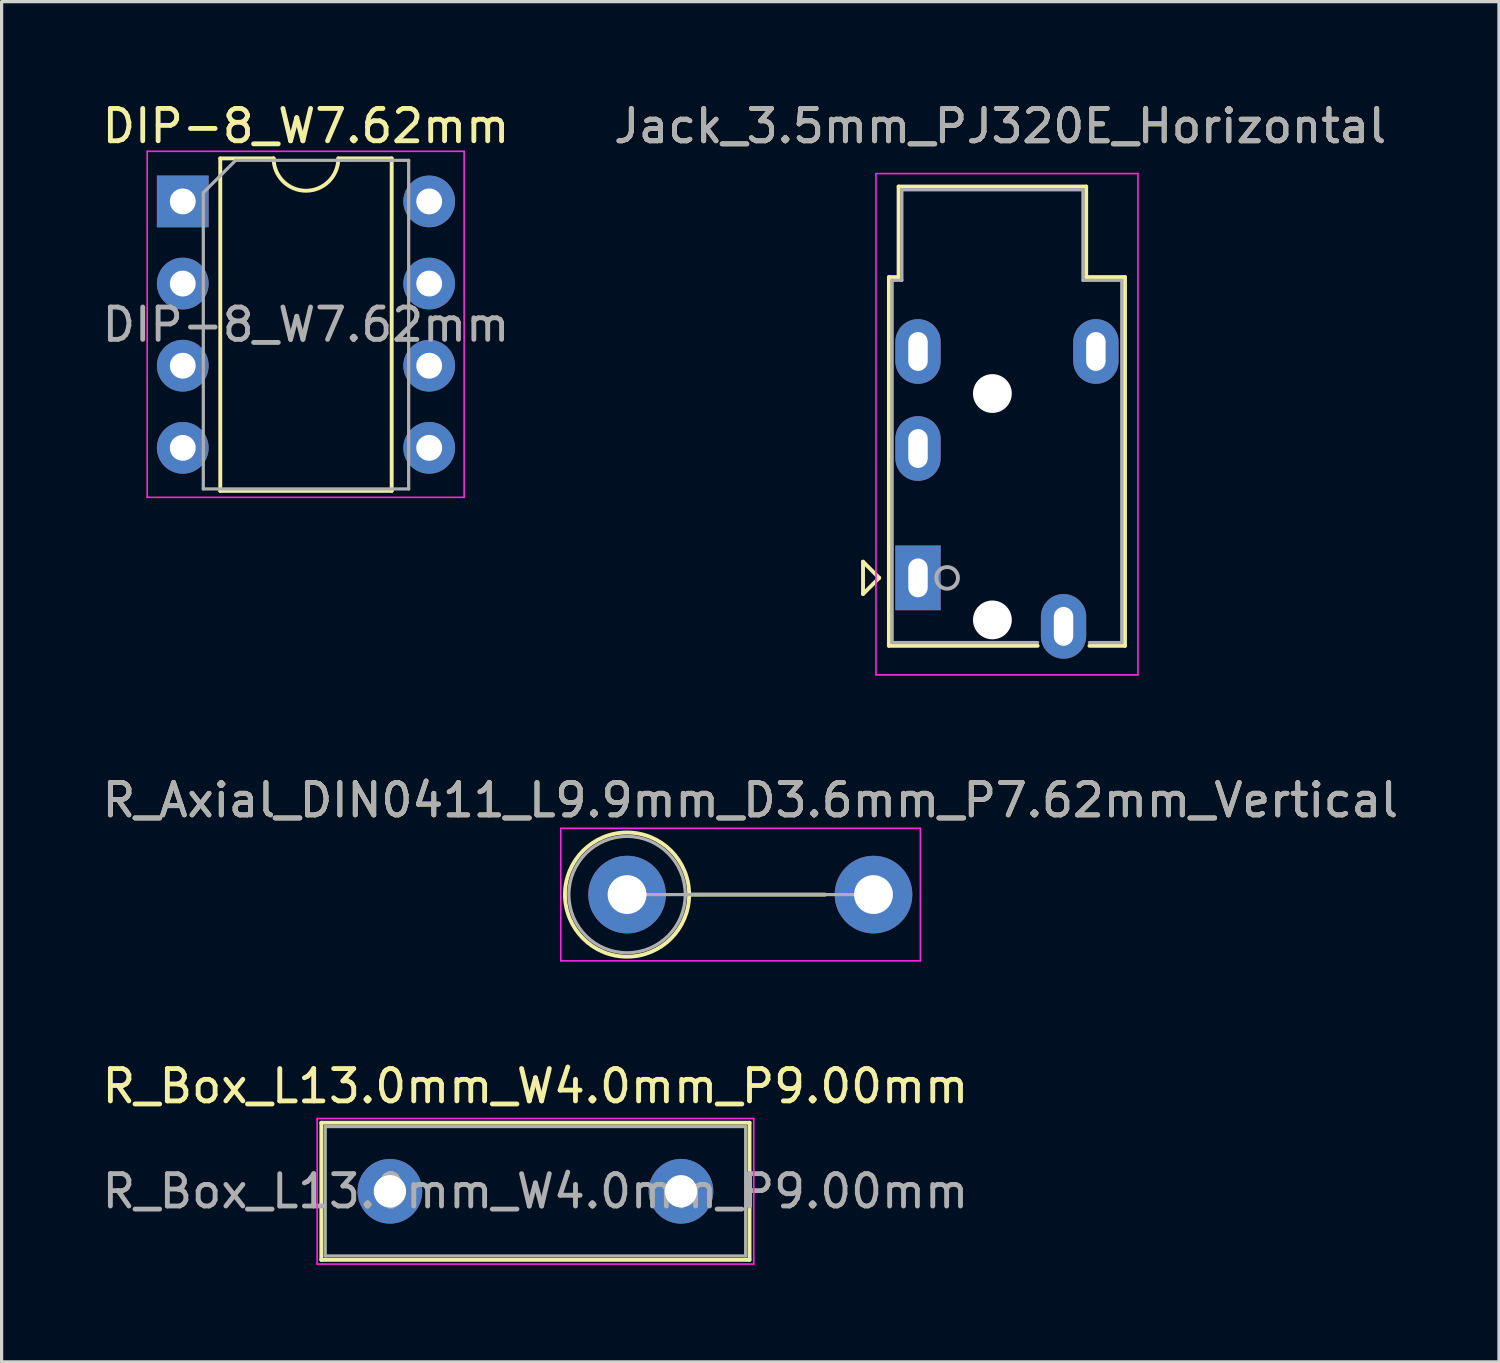
<source format=kicad_pcb>
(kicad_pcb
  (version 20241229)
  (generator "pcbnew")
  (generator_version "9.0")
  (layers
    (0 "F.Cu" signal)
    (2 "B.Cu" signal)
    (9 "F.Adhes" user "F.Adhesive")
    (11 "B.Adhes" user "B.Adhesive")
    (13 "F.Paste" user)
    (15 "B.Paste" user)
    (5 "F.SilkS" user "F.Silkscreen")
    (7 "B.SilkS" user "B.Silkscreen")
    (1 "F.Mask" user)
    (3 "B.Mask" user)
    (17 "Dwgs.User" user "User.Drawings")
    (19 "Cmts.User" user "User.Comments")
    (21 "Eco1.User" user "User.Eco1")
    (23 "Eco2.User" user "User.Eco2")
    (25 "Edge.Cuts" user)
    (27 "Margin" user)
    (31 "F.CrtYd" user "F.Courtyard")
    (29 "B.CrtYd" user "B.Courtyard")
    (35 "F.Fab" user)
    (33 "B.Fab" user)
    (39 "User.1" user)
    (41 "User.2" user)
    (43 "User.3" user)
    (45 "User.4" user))
  (footprint "R_Box_L13.0mm_W4.0mm_P9.00mm"
    (layer "F.Cu")
    (at 9.006 33.785)
    (property "Reference" "R_Box_L13.0mm_W4.0mm_P9.00mm" (at 4.5 -3.25 0) (layer "F.SilkS") (effects (font (size 1 1) (thickness 0.15))))
    (attr through_hole)
    (fp_line (start -2.12 -2.12) (end -2.12 2.12) (stroke (width 0.12) (type solid)) (layer "F.SilkS"))
    (fp_line (start -2.12 -2.12) (end 11.12 -2.12) (stroke (width 0.12) (type solid)) (layer "F.SilkS"))
    (fp_line (start -2.12 2.12) (end 11.12 2.12) (stroke (width 0.12) (type solid)) (layer "F.SilkS"))
    (fp_line (start 11.12 -2.12) (end 11.12 2.12) (stroke (width 0.12) (type solid)) (layer "F.SilkS"))
    (fp_line (start -2.25 -2.25) (end -2.25 2.25) (stroke (width 0.05) (type solid)) (layer "F.CrtYd"))
    (fp_line (start -2.25 2.25) (end 11.25 2.25) (stroke (width 0.05) (type solid)) (layer "F.CrtYd"))
    (fp_line (start 11.25 -2.25) (end -2.25 -2.25) (stroke (width 0.05) (type solid)) (layer "F.CrtYd"))
    (fp_line (start 11.25 2.25) (end 11.25 -2.25) (stroke (width 0.05) (type solid)) (layer "F.CrtYd"))
    (fp_line (start -2 -2) (end -2 2) (stroke (width 0.1) (type solid)) (layer "F.Fab"))
    (fp_line (start -2 2) (end 11 2) (stroke (width 0.1) (type solid)) (layer "F.Fab"))
    (fp_line (start 11 -2) (end -2 -2) (stroke (width 0.1) (type solid)) (layer "F.Fab"))
    (fp_line (start 11 2) (end 11 -2) (stroke (width 0.1) (type solid)) (layer "F.Fab"))
    (fp_text user "${REFERENCE}" (at 4.5 0 0) (layer "F.Fab") (effects (font (size 1 1) (thickness 0.15))))
    (pad "1" thru_hole circle (at 0 0) (size 2 2) (drill 1) (layers "*.Cu" "*.Mask"))
    (pad "2" thru_hole circle (at 9 0) (size 2 2) (drill 1) (layers "*.Cu" "*.Mask")))
  (footprint "Jack_3.5mm_PJ320E_Horizontal"
    (layer "F.Cu")
    (at 25.335 14.818)
    (property "Reference" "Jack_3.5mm_PJ320E_Horizontal" (at 2.54 -13.97 0) (layer "F.SilkS") (effects (font (size 1 1) (thickness 0.15))))
    (attr through_hole)
    (fp_line (start -1.7 -0.5) (end -1.7 0.5) (stroke (width 0.12) (type solid)) (layer "F.SilkS"))
    (fp_line (start -1.7 0.5) (end -1.2 0) (stroke (width 0.12) (type solid)) (layer "F.SilkS"))
    (fp_line (start -1.2 0) (end -1.7 -0.5) (stroke (width 0.12) (type solid)) (layer "F.SilkS"))
    (fp_line (start -0.9 -9.3) (end -0.9 2.1) (stroke (width 0.12) (type solid)) (layer "F.SilkS"))
    (fp_line (start -0.9 -9.3) (end -0.6 -9.3) (stroke (width 0.12) (type solid)) (layer "F.SilkS"))
    (fp_line (start -0.9 2.1) (end 3.7 2.1) (stroke (width 0.12) (type solid)) (layer "F.SilkS"))
    (fp_line (start -0.6 -9.3) (end -0.6 -12.1) (stroke (width 0.12) (type solid)) (layer "F.SilkS"))
    (fp_line (start 5.2 -12.1) (end -0.6 -12.1) (stroke (width 0.12) (type solid)) (layer "F.SilkS"))
    (fp_line (start 5.2 -9.3) (end 5.2 -12.1) (stroke (width 0.12) (type solid)) (layer "F.SilkS"))
    (fp_line (start 5.2 -9.3) (end 6.4 -9.3) (stroke (width 0.12) (type solid)) (layer "F.SilkS"))
    (fp_line (start 6.4 -9.3) (end 6.4 2.1) (stroke (width 0.12) (type solid)) (layer "F.SilkS"))
    (fp_line (start 6.4 2.1) (end 5.3 2.1) (stroke (width 0.12) (type solid)) (layer "F.SilkS"))
    (fp_line (start -1.3 -12.5) (end -1.3 3) (stroke (width 0.05) (type solid)) (layer "F.CrtYd"))
    (fp_line (start -1.3 -12.5) (end 6.8 -12.5) (stroke (width 0.05) (type solid)) (layer "F.CrtYd"))
    (fp_line (start -1.3 3) (end 6.8 3) (stroke (width 0.05) (type solid)) (layer "F.CrtYd"))
    (fp_line (start 6.8 -12.5) (end 6.8 3) (stroke (width 0.05) (type solid)) (layer "F.CrtYd"))
    (fp_line (start -0.8 -9.2) (end -0.5 -9.2) (stroke (width 0.1) (type solid)) (layer "F.Fab"))
    (fp_line (start -0.8 2) (end -0.8 -9.2) (stroke (width 0.1) (type solid)) (layer "F.Fab"))
    (fp_line (start -0.5 -12) (end 5.1 -12) (stroke (width 0.1) (type solid)) (layer "F.Fab"))
    (fp_line (start -0.5 -9.2) (end -0.5 -12) (stroke (width 0.1) (type solid)) (layer "F.Fab"))
    (fp_line (start 3.7 2) (end -0.8 2) (stroke (width 0.1) (type solid)) (layer "F.Fab"))
    (fp_line (start 5.1 -12) (end 5.1 -9.2) (stroke (width 0.1) (type solid)) (layer "F.Fab"))
    (fp_line (start 5.1 -9.2) (end 6.3 -9.2) (stroke (width 0.1) (type solid)) (layer "F.Fab"))
    (fp_line (start 6.3 -9.2) (end 6.3 2) (stroke (width 0.1) (type solid)) (layer "F.Fab"))
    (fp_line (start 6.3 2) (end 5.3 2) (stroke (width 0.1) (type solid)) (layer "F.Fab"))
    (fp_circle (center 0.9 0) (end 1.2 0.15) (stroke (width 0.12) (type solid)) (fill no) (layer "F.Fab"))
    (fp_text user "${REFERENCE}" (at 2.54 -13.97 0) (layer "F.Fab") (effects (font (size 1 1) (thickness 0.15))))
    (pad "" np_thru_hole circle (at 2.3 -5.7 270) (size 1.2 1.2) (drill 1.2) (layers "*.Cu" "*.Mask"))
    (pad "" np_thru_hole circle (at 2.3 1.3 270) (size 1.2 1.2) (drill 1.2) (layers "*.Cu" "*.Mask"))
    (pad "1" thru_hole rect (at 0 0 270) (size 2 1.4) (drill oval 1.2 0.6) (layers "*.Cu" "*.Mask"))
    (pad "2" thru_hole oval (at 0 -4 270) (size 2 1.4) (drill oval 1.2 0.6) (layers "*.Cu" "*.Mask"))
    (pad "3" thru_hole oval (at 0 -7 270) (size 2 1.4) (drill oval 1.2 0.6) (layers "*.Cu" "*.Mask"))
    (pad "4" thru_hole oval (at 4.5 1.5 270) (size 2 1.4) (drill oval 1.2 0.6) (layers "*.Cu" "*.Mask"))
    (pad "5" thru_hole oval (at 5.5 -7 270) (size 2 1.4) (drill oval 1.2 0.6) (layers "*.Cu" "*.Mask")))
  (footprint "DIP-8_W7.62mm"
    (layer "F.Cu")
    (at 2.601 3.178)
    (property "Reference" "DIP-8_W7.62mm" (at 3.81 -2.33 0) (layer "F.SilkS") (effects (font (size 1 1) (thickness 0.15))))
    (attr through_hole)
    (fp_line (start 1.16 -1.33) (end 1.16 8.95) (stroke (width 0.12) (type solid)) (layer "F.SilkS"))
    (fp_line (start 1.16 8.95) (end 6.46 8.95) (stroke (width 0.12) (type solid)) (layer "F.SilkS"))
    (fp_line (start 2.81 -1.33) (end 1.16 -1.33) (stroke (width 0.12) (type solid)) (layer "F.SilkS"))
    (fp_line (start 6.46 -1.33) (end 4.81 -1.33) (stroke (width 0.12) (type solid)) (layer "F.SilkS"))
    (fp_line (start 6.46 8.95) (end 6.46 -1.33) (stroke (width 0.12) (type solid)) (layer "F.SilkS"))
    (fp_arc (start 4.81 -1.33) (mid 3.81 -0.33) (end 2.81 -1.33) (stroke (width 0.12) (type solid)) (layer "F.SilkS"))
    (fp_line (start -1.1 -1.55) (end -1.1 9.15) (stroke (width 0.05) (type solid)) (layer "F.CrtYd"))
    (fp_line (start -1.1 9.15) (end 8.7 9.15) (stroke (width 0.05) (type solid)) (layer "F.CrtYd"))
    (fp_line (start 8.7 -1.55) (end -1.1 -1.55) (stroke (width 0.05) (type solid)) (layer "F.CrtYd"))
    (fp_line (start 8.7 9.15) (end 8.7 -1.55) (stroke (width 0.05) (type solid)) (layer "F.CrtYd"))
    (fp_line (start 0.635 -0.27) (end 1.635 -1.27) (stroke (width 0.1) (type solid)) (layer "F.Fab"))
    (fp_line (start 0.635 8.89) (end 0.635 -0.27) (stroke (width 0.1) (type solid)) (layer "F.Fab"))
    (fp_line (start 1.635 -1.27) (end 6.985 -1.27) (stroke (width 0.1) (type solid)) (layer "F.Fab"))
    (fp_line (start 6.985 -1.27) (end 6.985 8.89) (stroke (width 0.1) (type solid)) (layer "F.Fab"))
    (fp_line (start 6.985 8.89) (end 0.635 8.89) (stroke (width 0.1) (type solid)) (layer "F.Fab"))
    (fp_text user "${REFERENCE}" (at 3.81 3.81 0) (layer "F.Fab") (effects (font (size 1 1) (thickness 0.15))))
    (pad "1" thru_hole rect (at 0 0) (size 1.6 1.6) (drill 0.8) (layers "*.Cu" "*.Mask"))
    (pad "2" thru_hole oval (at 0 2.54) (size 1.6 1.6) (drill 0.8) (layers "*.Cu" "*.Mask"))
    (pad "3" thru_hole oval (at 0 5.08) (size 1.6 1.6) (drill 0.8) (layers "*.Cu" "*.Mask"))
    (pad "4" thru_hole oval (at 0 7.62) (size 1.6 1.6) (drill 0.8) (layers "*.Cu" "*.Mask"))
    (pad "5" thru_hole oval (at 7.62 7.62) (size 1.6 1.6) (drill 0.8) (layers "*.Cu" "*.Mask"))
    (pad "6" thru_hole oval (at 7.62 5.08) (size 1.6 1.6) (drill 0.8) (layers "*.Cu" "*.Mask"))
    (pad "7" thru_hole oval (at 7.62 2.54) (size 1.6 1.6) (drill 0.8) (layers "*.Cu" "*.Mask"))
    (pad "8" thru_hole oval (at 7.62 0) (size 1.6 1.6) (drill 0.8) (layers "*.Cu" "*.Mask")))
  (footprint "R_Axial_DIN0411_L9.9mm_D3.6mm_P7.62mm_Vertical"
    (layer "F.Cu")
    (at 16.339 24.611)
    (property "Reference" "R_Axial_DIN0411_L9.9mm_D3.6mm_P7.62mm_Vertical" (at 3.81 -2.92 0) (layer "F.SilkS") (effects (font (size 1 1) (thickness 0.15))))
    (attr through_hole)
    (fp_line (start 1.92 0) (end 6.12 0) (stroke (width 0.12) (type solid)) (layer "F.SilkS"))
    (fp_circle (center 0 0) (end 1.92 0) (stroke (width 0.12) (type solid)) (fill no) (layer "F.SilkS"))
    (fp_line (start -2.05 -2.05) (end -2.05 2.05) (stroke (width 0.05) (type solid)) (layer "F.CrtYd"))
    (fp_line (start -2.05 2.05) (end 9.07 2.05) (stroke (width 0.05) (type solid)) (layer "F.CrtYd"))
    (fp_line (start 9.07 -2.05) (end -2.05 -2.05) (stroke (width 0.05) (type solid)) (layer "F.CrtYd"))
    (fp_line (start 9.07 2.05) (end 9.07 -2.05) (stroke (width 0.05) (type solid)) (layer "F.CrtYd"))
    (fp_line (start 0 0) (end 7.62 0) (stroke (width 0.1) (type solid)) (layer "F.Fab"))
    (fp_circle (center 0 0) (end 1.8 0) (stroke (width 0.1) (type solid)) (fill no) (layer "F.Fab"))
    (fp_text user "${REFERENCE}" (at 3.81 -2.92 0) (layer "F.Fab") (effects (font (size 1 1) (thickness 0.15))))
    (pad "1" thru_hole circle (at 0 0) (size 2.4 2.4) (drill 1.2) (layers "*.Cu" "*.Mask"))
    (pad "2" thru_hole oval (at 7.62 0) (size 2.4 2.4) (drill 1.2) (layers "*.Cu" "*.Mask")))
  (gr_rect
    (start -3 -3)
    (end 43.298 39.06)
    (stroke (width 0.1) (type default))
    (fill no)
    (layer "Edge.Cuts")))
</source>
